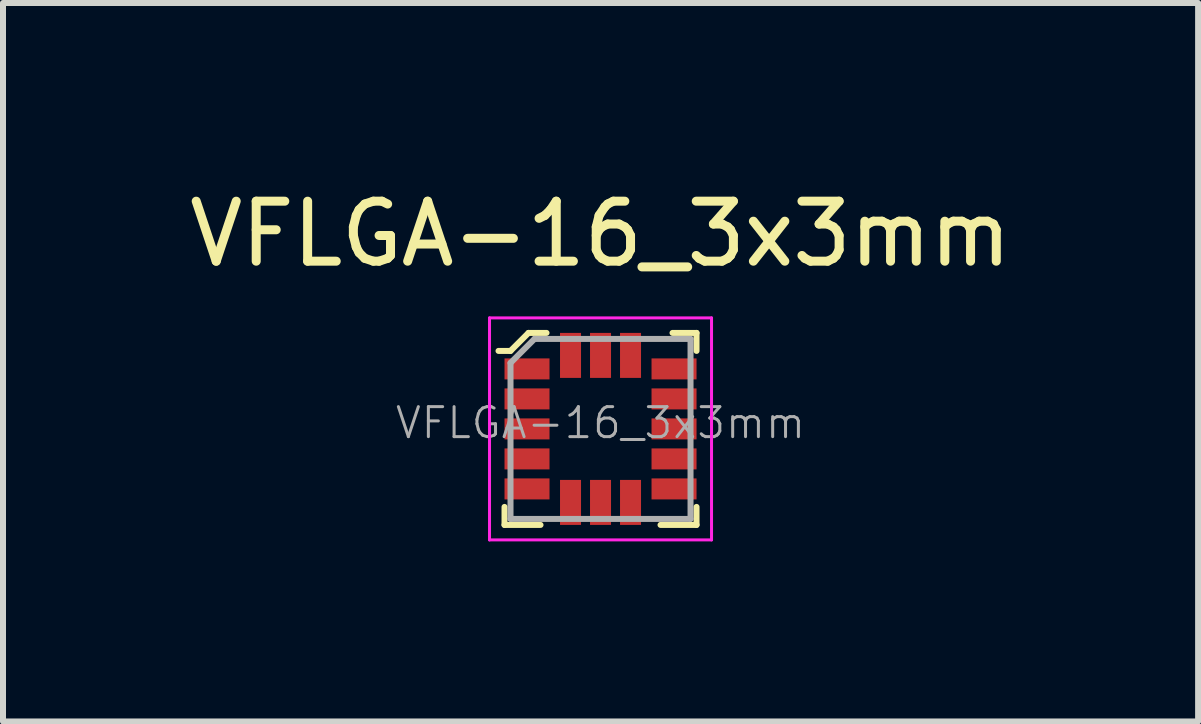
<source format=kicad_pcb>
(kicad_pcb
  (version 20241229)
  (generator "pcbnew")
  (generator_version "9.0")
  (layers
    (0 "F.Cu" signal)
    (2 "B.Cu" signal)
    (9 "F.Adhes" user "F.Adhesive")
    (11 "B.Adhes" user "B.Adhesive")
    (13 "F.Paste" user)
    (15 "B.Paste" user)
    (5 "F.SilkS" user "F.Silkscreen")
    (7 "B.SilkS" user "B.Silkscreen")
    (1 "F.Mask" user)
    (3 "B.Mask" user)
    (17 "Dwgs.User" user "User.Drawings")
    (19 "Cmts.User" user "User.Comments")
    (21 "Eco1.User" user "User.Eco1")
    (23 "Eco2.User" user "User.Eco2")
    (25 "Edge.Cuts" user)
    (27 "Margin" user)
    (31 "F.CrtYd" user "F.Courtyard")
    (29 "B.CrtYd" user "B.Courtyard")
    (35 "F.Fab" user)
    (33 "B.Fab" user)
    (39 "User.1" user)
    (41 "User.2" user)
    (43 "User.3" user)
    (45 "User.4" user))
  (footprint "VFLGA-16_3x3mm"
    (layer "F.Cu")
    (at 6.958 4.098)
    (property "Reference" "VFLGA-16_3x3mm" (at 0 -3.25 0) (layer "F.SilkS") (effects (font (size 1 1) (thickness 0.15))))
    (attr smd)
    (fp_line (start -1.6 1.3) (end -1.6 1.6) (stroke (width 0.1) (type solid)) (layer "F.SilkS"))
    (fp_line (start -1.6 1.6) (end -1 1.6) (stroke (width 0.1) (type solid)) (layer "F.SilkS"))
    (fp_line (start -1.5 -1.3) (end -1.7 -1.3) (stroke (width 0.1) (type solid)) (layer "F.SilkS"))
    (fp_line (start -1.2 -1.6) (end -1.5 -1.3) (stroke (width 0.1) (type solid)) (layer "F.SilkS"))
    (fp_line (start -0.9 -1.6) (end -1.2 -1.6) (stroke (width 0.1) (type solid)) (layer "F.SilkS"))
    (fp_line (start 1 1.6) (end 1.6 1.6) (stroke (width 0.1) (type solid)) (layer "F.SilkS"))
    (fp_line (start 1.2 -1.6) (end 1.6 -1.6) (stroke (width 0.1) (type solid)) (layer "F.SilkS"))
    (fp_line (start 1.6 -1.6) (end 1.6 -1.3) (stroke (width 0.1) (type solid)) (layer "F.SilkS"))
    (fp_line (start 1.6 1.6) (end 1.6 1.3) (stroke (width 0.1) (type solid)) (layer "F.SilkS"))
    (fp_line (start -1.85 -1.85) (end -1.85 1.85) (stroke (width 0.05) (type solid)) (layer "F.CrtYd"))
    (fp_line (start -1.85 -1.85) (end 1.85 -1.85) (stroke (width 0.05) (type solid)) (layer "F.CrtYd"))
    (fp_line (start -1.85 1.85) (end 1.85 1.85) (stroke (width 0.05) (type solid)) (layer "F.CrtYd"))
    (fp_line (start 1.85 -1.85) (end 1.85 1.85) (stroke (width 0.05) (type solid)) (layer "F.CrtYd"))
    (fp_line (start -1.5 -1.1) (end -1.5 1.5) (stroke (width 0.1) (type solid)) (layer "F.Fab"))
    (fp_line (start -1.5 -1.1) (end -1.1 -1.5) (stroke (width 0.1) (type solid)) (layer "F.Fab"))
    (fp_line (start -1.5 1.5) (end 1.5 1.5) (stroke (width 0.1) (type solid)) (layer "F.Fab"))
    (fp_line (start -1.1 -1.5) (end 1.5 -1.5) (stroke (width 0.1) (type solid)) (layer "F.Fab"))
    (fp_line (start 1.5 -1.5) (end 1.5 1.5) (stroke (width 0.1) (type solid)) (layer "F.Fab"))
    (fp_text user "${REFERENCE}" (at 0 -0.1 0) (layer "F.Fab") (effects (font (size 0.5 0.5) (thickness 0.05))))
    (pad "1" smd rect (at -1.225 -1) (size 0.75 0.35) (layers "F.Cu" "F.Mask" "F.Paste"))
    (pad "2" smd rect (at -1.225 -0.5) (size 0.75 0.35) (layers "F.Cu" "F.Mask" "F.Paste"))
    (pad "3" smd rect (at -1.225 0) (size 0.75 0.35) (layers "F.Cu" "F.Mask" "F.Paste"))
    (pad "4" smd rect (at -1.225 0.5) (size 0.75 0.35) (layers "F.Cu" "F.Mask" "F.Paste"))
    (pad "5" smd rect (at -1.225 1) (size 0.75 0.35) (layers "F.Cu" "F.Mask" "F.Paste"))
    (pad "6" smd rect (at -0.5 1.225) (size 0.35 0.75) (layers "F.Cu" "F.Mask" "F.Paste"))
    (pad "7" smd rect (at 0 1.225) (size 0.35 0.75) (layers "F.Cu" "F.Mask" "F.Paste"))
    (pad "8" smd rect (at 0.5 1.225) (size 0.35 0.75) (layers "F.Cu" "F.Mask" "F.Paste"))
    (pad "9" smd rect (at 1.225 1) (size 0.75 0.35) (layers "F.Cu" "F.Mask" "F.Paste"))
    (pad "10" smd rect (at 1.225 0.5) (size 0.75 0.35) (layers "F.Cu" "F.Mask" "F.Paste"))
    (pad "11" smd rect (at 1.225 0) (size 0.75 0.35) (layers "F.Cu" "F.Mask" "F.Paste"))
    (pad "12" smd rect (at 1.225 -0.5) (size 0.75 0.35) (layers "F.Cu" "F.Mask" "F.Paste"))
    (pad "13" smd rect (at 1.225 -1) (size 0.75 0.35) (layers "F.Cu" "F.Mask" "F.Paste"))
    (pad "14" smd rect (at 0.5 -1.225) (size 0.35 0.75) (layers "F.Cu" "F.Mask" "F.Paste"))
    (pad "15" smd rect (at 0 -1.225) (size 0.35 0.75) (layers "F.Cu" "F.Mask" "F.Paste"))
    (pad "16" smd rect (at -0.5 -1.225) (size 0.35 0.75) (layers "F.Cu" "F.Mask" "F.Paste")))
  (gr_rect
    (start -3 -3)
    (end 16.917 8.973)
    (stroke (width 0.1) (type default))
    (fill no)
    (layer "Edge.Cuts")))
</source>
